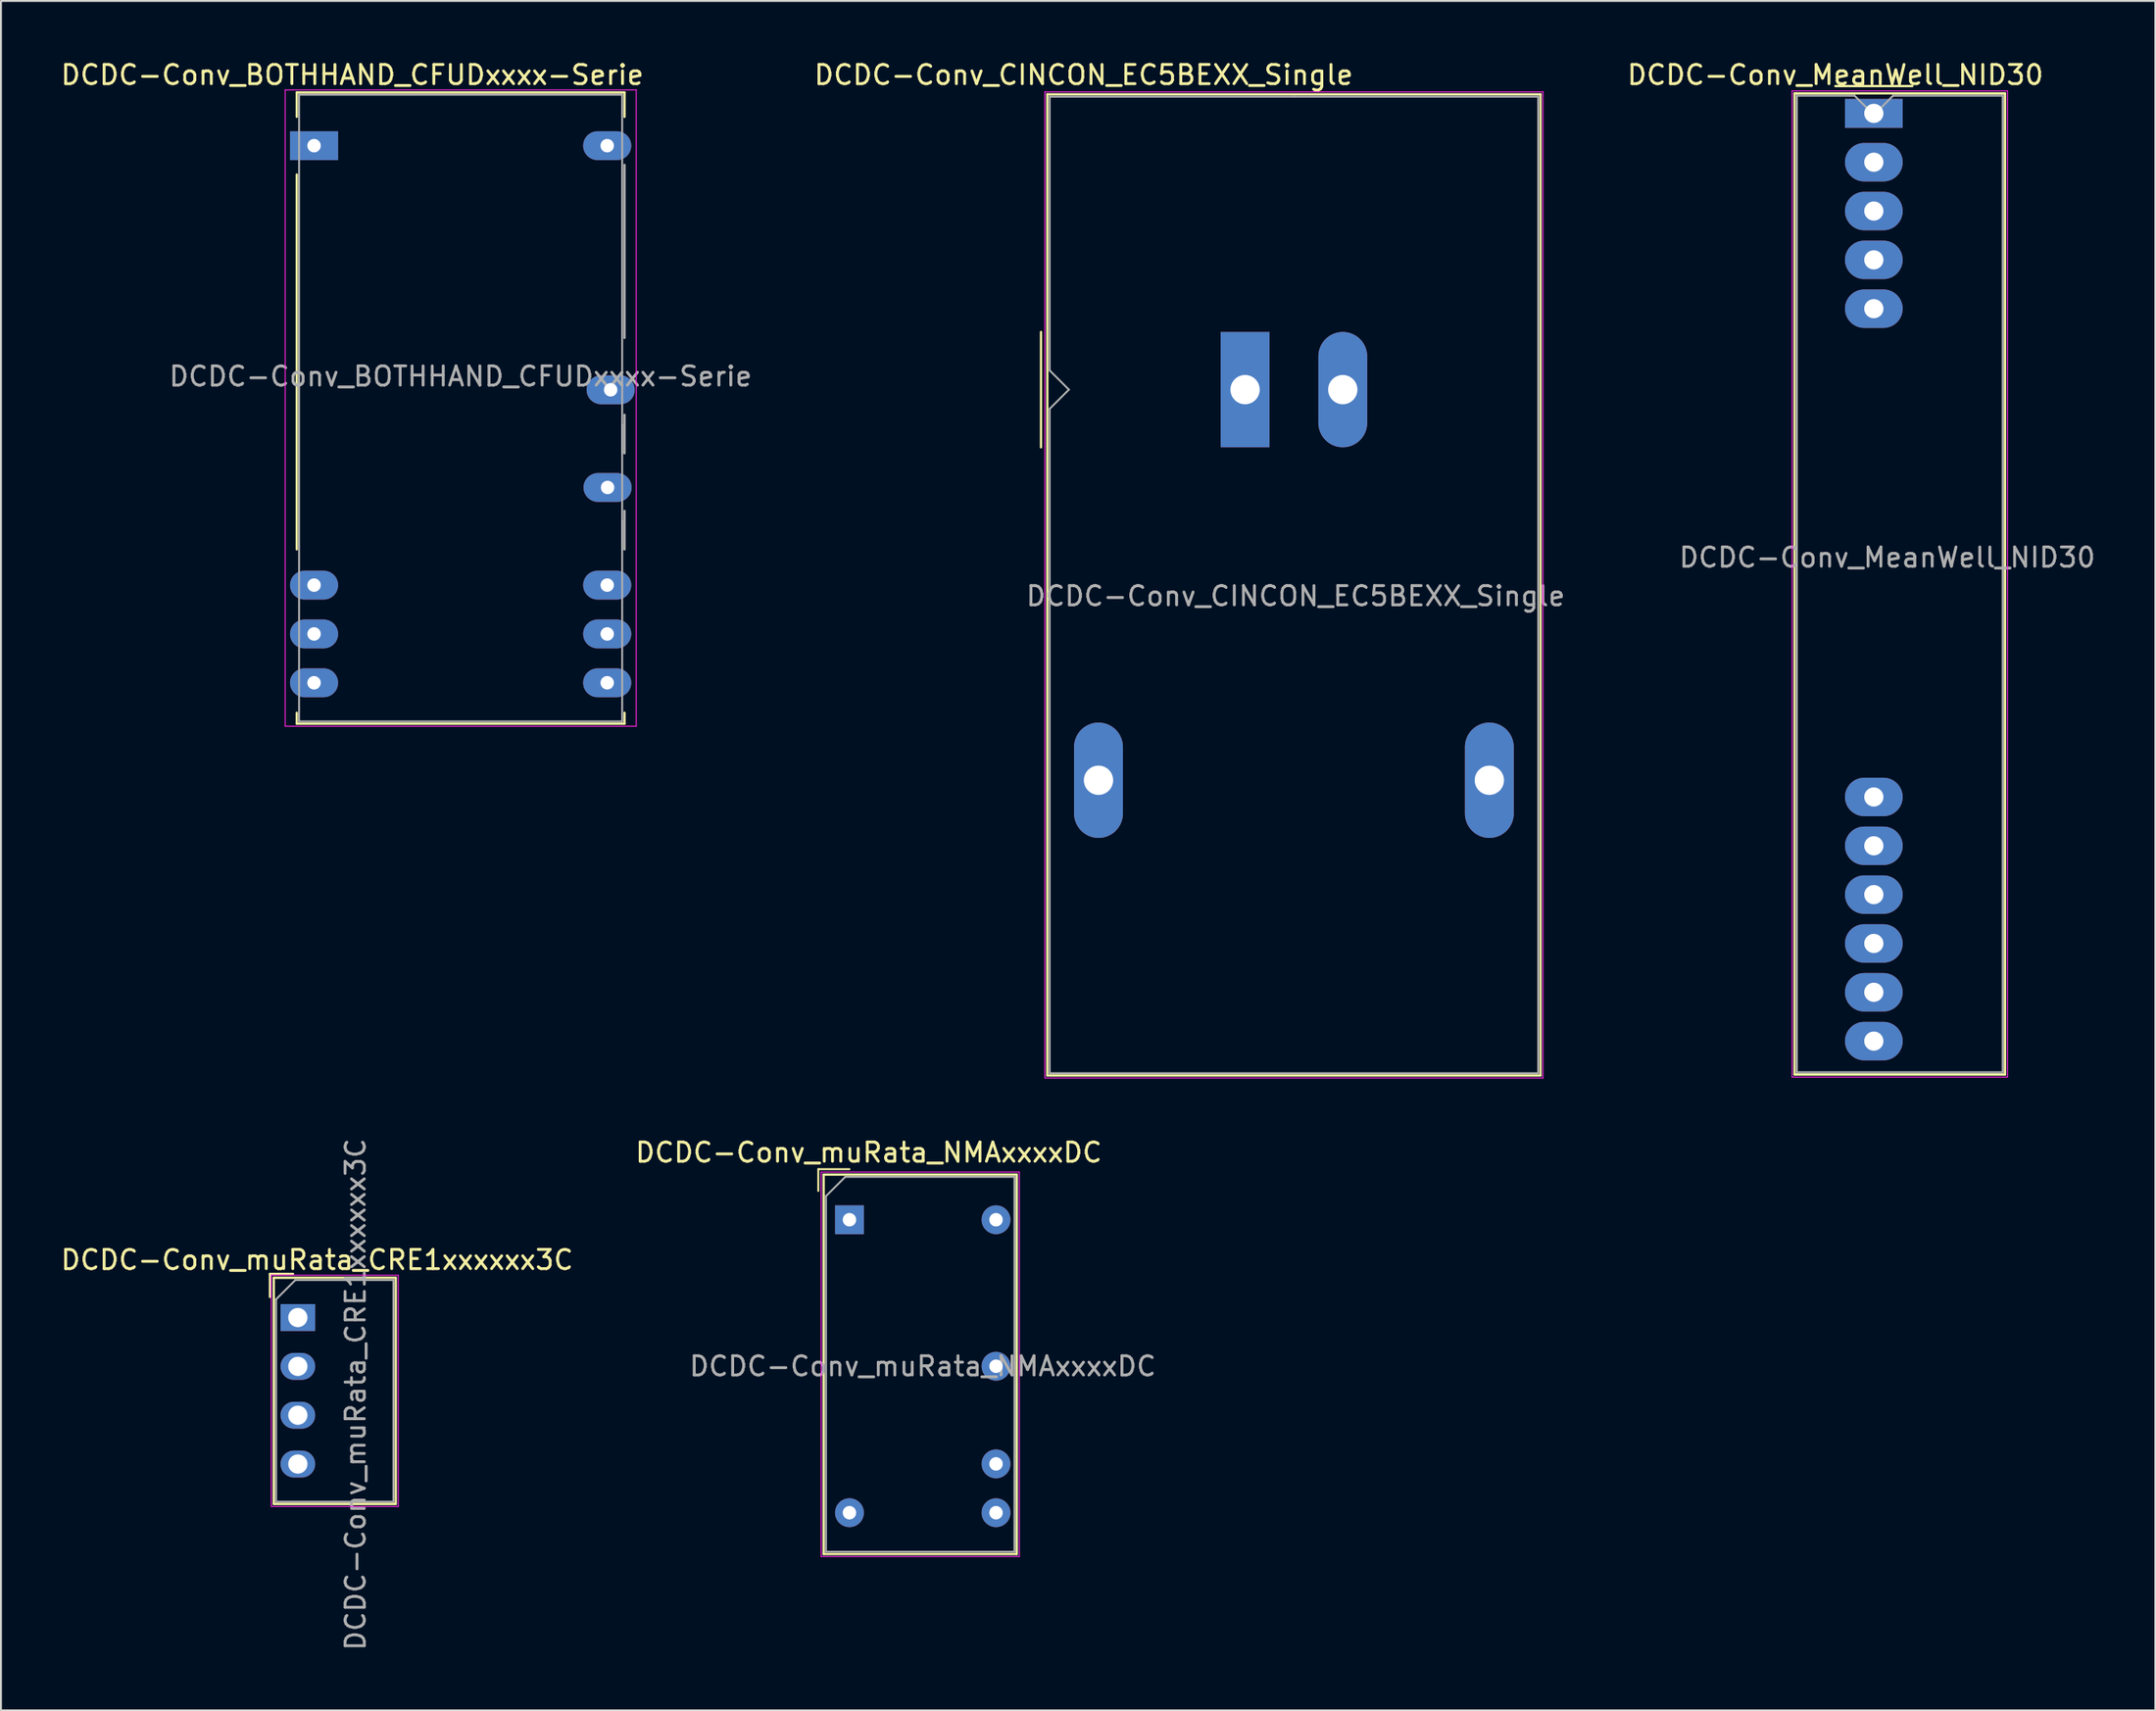
<source format=kicad_pcb>
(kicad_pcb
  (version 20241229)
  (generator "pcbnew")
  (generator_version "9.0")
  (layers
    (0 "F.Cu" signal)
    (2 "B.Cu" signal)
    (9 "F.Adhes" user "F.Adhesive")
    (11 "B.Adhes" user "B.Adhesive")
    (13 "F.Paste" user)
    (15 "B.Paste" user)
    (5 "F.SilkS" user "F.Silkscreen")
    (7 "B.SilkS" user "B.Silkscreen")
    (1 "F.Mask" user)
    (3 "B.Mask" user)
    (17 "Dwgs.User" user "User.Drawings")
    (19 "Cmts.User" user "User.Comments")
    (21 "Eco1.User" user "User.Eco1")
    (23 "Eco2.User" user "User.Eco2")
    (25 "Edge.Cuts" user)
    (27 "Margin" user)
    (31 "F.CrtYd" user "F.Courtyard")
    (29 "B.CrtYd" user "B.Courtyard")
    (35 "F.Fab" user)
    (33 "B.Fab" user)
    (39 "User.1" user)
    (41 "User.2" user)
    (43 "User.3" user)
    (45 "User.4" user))
  (footprint "DCDC-Conv_muRata_CRE1xxxxxx3C"
    (layer "F.Cu")
    (at 12.435 65.488)
    (property "Reference" "DCDC-Conv_muRata_CRE1xxxxxx3C" (at 1 -3 0) (layer "F.SilkS") (effects (font (size 1 1) (thickness 0.15))))
    (attr through_hole)
    (fp_line (start -1.45 -2.27) (end -1.45 -1.07) (stroke (width 0.12) (type solid)) (layer "F.SilkS"))
    (fp_line (start -1.25 -2.07) (end -1.25 9.7) (stroke (width 0.12) (type solid)) (layer "F.SilkS"))
    (fp_line (start -0.25 -2.27) (end -1.45 -2.27) (stroke (width 0.12) (type solid)) (layer "F.SilkS"))
    (fp_line (start 5.09 -2.07) (end -1.25 -2.07) (stroke (width 0.12) (type solid)) (layer "F.SilkS"))
    (fp_line (start 5.09 -2.07) (end 5.09 9.7) (stroke (width 0.12) (type solid)) (layer "F.SilkS"))
    (fp_line (start 5.09 9.7) (end -1.25 9.7) (stroke (width 0.12) (type solid)) (layer "F.SilkS"))
    (fp_line (start -1.38 -2.2) (end -1.38 9.83) (stroke (width 0.05) (type solid)) (layer "F.CrtYd"))
    (fp_line (start 5.22 -2.2) (end -1.38 -2.2) (stroke (width 0.05) (type solid)) (layer "F.CrtYd"))
    (fp_line (start 5.22 -2.2) (end 5.22 9.83) (stroke (width 0.05) (type solid)) (layer "F.CrtYd"))
    (fp_line (start 5.22 9.83) (end -1.38 9.83) (stroke (width 0.05) (type solid)) (layer "F.CrtYd"))
    (fp_line (start -1.13 -0.95) (end -1.13 9.58) (stroke (width 0.1) (type solid)) (layer "F.Fab"))
    (fp_line (start -1.13 9.58) (end 4.97 9.58) (stroke (width 0.1) (type solid)) (layer "F.Fab"))
    (fp_line (start -0.13 -1.95) (end -1.13 -0.95) (stroke (width 0.1) (type solid)) (layer "F.Fab"))
    (fp_line (start -0.13 -1.95) (end 4.97 -1.95) (stroke (width 0.1) (type solid)) (layer "F.Fab"))
    (fp_line (start 4.97 -1.95) (end 4.97 9.58) (stroke (width 0.1) (type solid)) (layer "F.Fab"))
    (fp_text user "${REFERENCE}" (at 3 4 90) (layer "F.Fab") (effects (font (size 1 1) (thickness 0.15))))
    (pad "1" thru_hole rect (at 0 0 270) (size 1.4 1.8) (drill 1) (layers "*.Cu" "*.Mask"))
    (pad "2" thru_hole oval (at 0 2.54 270) (size 1.4 1.8) (drill 1) (layers "*.Cu" "*.Mask"))
    (pad "3" thru_hole oval (at 0 5.08 270) (size 1.4 1.8) (drill 1) (layers "*.Cu" "*.Mask"))
    (pad "4" thru_hole oval (at 0 7.62 270) (size 1.4 1.8) (drill 1) (layers "*.Cu" "*.Mask")))
  (footprint "DCDC-Conv_MeanWell_NID30"
    (layer "F.Cu")
    (at 94.37 2.848)
    (property "Reference" "DCDC-Conv_MeanWell_NID30" (at -2 -2 0) (layer "F.SilkS") (effects (font (size 1 1) (thickness 0.15))))
    (attr through_hole)
    (fp_line (start -4.12 -1.04) (end 6.82 -1.04) (stroke (width 0.12) (type solid)) (layer "F.SilkS"))
    (fp_line (start -4.12 50) (end -4.12 -1.04) (stroke (width 0.12) (type solid)) (layer "F.SilkS"))
    (fp_line (start -2 -1.42) (end 2 -1.42) (stroke (width 0.12) (type solid)) (layer "F.SilkS"))
    (fp_line (start 6.82 -1.04) (end 6.82 50) (stroke (width 0.12) (type solid)) (layer "F.SilkS"))
    (fp_line (start 6.82 50) (end -4.12 50) (stroke (width 0.12) (type solid)) (layer "F.SilkS"))
    (fp_line (start -4.25 -1.17) (end 6.95 -1.17) (stroke (width 0.05) (type solid)) (layer "F.CrtYd"))
    (fp_line (start -4.25 50.13) (end -4.25 -1.17) (stroke (width 0.05) (type solid)) (layer "F.CrtYd"))
    (fp_line (start 6.95 -1.17) (end 6.95 50.13) (stroke (width 0.05) (type solid)) (layer "F.CrtYd"))
    (fp_line (start 6.95 50.13) (end -4.25 50.13) (stroke (width 0.05) (type solid)) (layer "F.CrtYd"))
    (fp_line (start -4 -0.92) (end -1 -0.92) (stroke (width 0.1) (type solid)) (layer "F.Fab"))
    (fp_line (start -4 49.88) (end -4 -0.92) (stroke (width 0.1) (type solid)) (layer "F.Fab"))
    (fp_line (start -1 -0.92) (end 0 0.08) (stroke (width 0.1) (type solid)) (layer "F.Fab"))
    (fp_line (start 0 0.08) (end 1 -0.92) (stroke (width 0.1) (type solid)) (layer "F.Fab"))
    (fp_line (start 1 -0.92) (end 6.7 -0.92) (stroke (width 0.1) (type solid)) (layer "F.Fab"))
    (fp_line (start 6.7 -0.92) (end 6.7 49.88) (stroke (width 0.1) (type solid)) (layer "F.Fab"))
    (fp_line (start 6.7 49.88) (end -4 49.88) (stroke (width 0.1) (type solid)) (layer "F.Fab"))
    (fp_text user "${REFERENCE}" (at 0.7 23.1 0) (layer "F.Fab") (effects (font (size 1 1) (thickness 0.15))))
    (pad "1" thru_hole rect (at 0 0) (size 3 1.5) (drill 1) (layers "*.Cu" "*.Mask"))
    (pad "2" thru_hole oval (at 0 2.54) (size 3 2) (drill 1) (layers "*.Cu" "*.Mask"))
    (pad "3" thru_hole oval (at 0 5.08) (size 3 2) (drill 1) (layers "*.Cu" "*.Mask"))
    (pad "4" thru_hole oval (at 0 7.62) (size 3 2) (drill 1) (layers "*.Cu" "*.Mask"))
    (pad "5" thru_hole oval (at 0 10.16) (size 3 2) (drill 1) (layers "*.Cu" "*.Mask"))
    (pad "6" thru_hole oval (at 0 35.56) (size 3 2) (drill 1) (layers "*.Cu" "*.Mask"))
    (pad "7" thru_hole oval (at 0 38.1) (size 3 2) (drill 1) (layers "*.Cu" "*.Mask"))
    (pad "8" thru_hole oval (at 0 40.64) (size 3 2) (drill 1) (layers "*.Cu" "*.Mask"))
    (pad "9" thru_hole oval (at 0 43.18) (size 3 2) (drill 1) (layers "*.Cu" "*.Mask"))
    (pad "10" thru_hole oval (at 0 45.72) (size 3 2) (drill 1) (layers "*.Cu" "*.Mask"))
    (pad "11" thru_hole oval (at 0 48.26) (size 3 2) (drill 1) (layers "*.Cu" "*.Mask")))
  (footprint "DCDC-Conv_BOTHHAND_CFUDxxxx-Serie"
    (layer "F.Cu")
    (at 13.278 4.528)
    (property "Reference" "DCDC-Conv_BOTHHAND_CFUDxxxx-Serie" (at 1.99 -3.68 0) (layer "F.SilkS") (effects (font (size 1 1) (thickness 0.15))))
    (attr through_hole)
    (fp_line (start -0.9 -2.77) (end 16.14 -2.77) (stroke (width 0.12) (type solid)) (layer "F.SilkS"))
    (fp_line (start -0.9 -1.5) (end -0.9 -2.77) (stroke (width 0.12) (type solid)) (layer "F.SilkS"))
    (fp_line (start -0.9 1.5) (end -0.9 21) (stroke (width 0.12) (type solid)) (layer "F.SilkS"))
    (fp_line (start -0.9 29.5) (end -0.9 30.07) (stroke (width 0.12) (type solid)) (layer "F.SilkS"))
    (fp_line (start -0.9 30.07) (end 16.14 30.07) (stroke (width 0.12) (type solid)) (layer "F.SilkS"))
    (fp_line (start 16.14 -2.77) (end 16.14 -1.5) (stroke (width 0.12) (type solid)) (layer "F.SilkS"))
    (fp_line (start 16.14 30.07) (end 16.14 29.5) (stroke (width 0.12) (type solid)) (layer "F.SilkS"))
    (fp_line (start -1.5 -2.9) (end -1.5 30.2) (stroke (width 0.05) (type solid)) (layer "F.CrtYd"))
    (fp_line (start -1.5 -2.9) (end 16.75 -2.9) (stroke (width 0.05) (type solid)) (layer "F.CrtYd"))
    (fp_line (start -1.5 30.2) (end 16.75 30.2) (stroke (width 0.05) (type solid)) (layer "F.CrtYd"))
    (fp_line (start 16.75 -2.9) (end 16.75 30.2) (stroke (width 0.05) (type solid)) (layer "F.CrtYd"))
    (fp_line (start -0.78 -2.65) (end 16.02 -2.65) (stroke (width 0.1) (type solid)) (layer "F.Fab"))
    (fp_line (start -0.78 29.95) (end -0.78 -2.65) (stroke (width 0.1) (type solid)) (layer "F.Fab"))
    (fp_line (start 16.02 -2.65) (end 16.02 29.95) (stroke (width 0.1) (type solid)) (layer "F.Fab"))
    (fp_line (start 16.02 14.5) (end 16.02 16) (stroke (width 0.1) (type solid)) (layer "F.Fab"))
    (fp_line (start 16.02 19.5) (end 16.02 21) (stroke (width 0.1) (type solid)) (layer "F.Fab"))
    (fp_line (start 16.02 29.95) (end -0.78 29.95) (stroke (width 0.1) (type solid)) (layer "F.Fab"))
    (fp_line (start 16.14 1) (end 16.14 10) (stroke (width 0.12) (type solid)) (layer "F.Fab"))
    (fp_line (start 16.14 14) (end 16.14 16) (stroke (width 0.12) (type solid)) (layer "F.Fab"))
    (fp_line (start 16.14 19) (end 16.14 21) (stroke (width 0.12) (type solid)) (layer "F.Fab"))
    (fp_text user "${REFERENCE}" (at 7.62 12 0) (layer "F.Fab") (effects (font (size 1 1) (thickness 0.15))))
    (pad "1" thru_hole rect (at 0 0) (size 2.5 1.5) (drill 0.7) (layers "*.Cu" "*.Mask"))
    (pad "10" thru_hole oval (at 0 22.86) (size 2.5 1.5) (drill 0.7) (layers "*.Cu" "*.Mask"))
    (pad "11" thru_hole oval (at 0 25.4) (size 2.5 1.5) (drill 0.7) (layers "*.Cu" "*.Mask"))
    (pad "12" thru_hole oval (at 0 27.94) (size 2.5 1.5) (drill 0.7) (layers "*.Cu" "*.Mask"))
    (pad "13" thru_hole oval (at 15.24 27.94) (size 2.5 1.5) (drill 0.7) (layers "*.Cu" "*.Mask"))
    (pad "14" thru_hole oval (at 15.24 25.4) (size 2.5 1.5) (drill 0.7) (layers "*.Cu" "*.Mask"))
    (pad "15" thru_hole oval (at 15.24 22.86) (size 2.5 1.5) (drill 0.7) (layers "*.Cu" "*.Mask"))
    (pad "17" thru_hole oval (at 15.26 17.78) (size 2.5 1.5) (drill 0.7) (layers "*.Cu" "*.Mask"))
    (pad "19" thru_hole oval (at 15.42 12.7) (size 2.5 1.5) (drill 0.7) (layers "*.Cu" "*.Mask"))
    (pad "24" thru_hole oval (at 15.24 0) (size 2.5 1.5) (drill 0.7) (layers "*.Cu" "*.Mask")))
  (footprint "DCDC-Conv_CINCON_EC5BEXX_Single"
    (layer "F.Cu")
    (at 61.681 17.218)
    (property "Reference" "DCDC-Conv_CINCON_EC5BEXX_Single" (at -8.39 -16.37 180) (layer "F.SilkS") (effects (font (size 1 1) (thickness 0.15))))
    (attr through_hole)
    (fp_line (start -10.61 -3) (end -10.61 3) (stroke (width 0.12) (type solid)) (layer "F.SilkS"))
    (fp_line (start -10.28 -15.36) (end 15.36 -15.36) (stroke (width 0.12) (type solid)) (layer "F.SilkS"))
    (fp_line (start -10.28 35.68) (end -10.28 -15.36) (stroke (width 0.12) (type solid)) (layer "F.SilkS"))
    (fp_line (start 15.36 -15.36) (end 15.36 35.68) (stroke (width 0.12) (type solid)) (layer "F.SilkS"))
    (fp_line (start 15.36 35.68) (end -10.28 35.68) (stroke (width 0.12) (type solid)) (layer "F.SilkS"))
    (fp_line (start -10.41 -15.49) (end 15.49 -15.49) (stroke (width 0.05) (type solid)) (layer "F.CrtYd"))
    (fp_line (start -10.41 35.8) (end -10.41 -15.49) (stroke (width 0.05) (type solid)) (layer "F.CrtYd"))
    (fp_line (start -10.41 35.81) (end 15.49 35.81) (stroke (width 0.05) (type solid)) (layer "F.CrtYd"))
    (fp_line (start 15.49 35.81) (end 15.49 -15.49) (stroke (width 0.05) (type solid)) (layer "F.CrtYd"))
    (fp_line (start -10.16 -1) (end -10.16 -15.24) (stroke (width 0.1) (type solid)) (layer "F.Fab"))
    (fp_line (start -10.16 1) (end -10.16 35.56) (stroke (width 0.1) (type solid)) (layer "F.Fab"))
    (fp_line (start -10.16 1) (end -9.16 0) (stroke (width 0.1) (type solid)) (layer "F.Fab"))
    (fp_line (start -10.16 35.56) (end 15.24 35.56) (stroke (width 0.1) (type solid)) (layer "F.Fab"))
    (fp_line (start -9.16 0) (end -10.16 -1) (stroke (width 0.1) (type solid)) (layer "F.Fab"))
    (fp_line (start 2.54 -15.24) (end -10.16 -15.24) (stroke (width 0.1) (type solid)) (layer "F.Fab"))
    (fp_line (start 15.24 -15.24) (end 2.54 -15.24) (stroke (width 0.1) (type solid)) (layer "F.Fab"))
    (fp_line (start 15.24 35.56) (end 15.24 -15.24) (stroke (width 0.1) (type solid)) (layer "F.Fab"))
    (fp_text user "${REFERENCE}" (at 2.63 10.74 0) (layer "F.Fab") (effects (font (size 1 1) (thickness 0.15))))
    (pad "1" thru_hole rect (at 0 0 90) (size 5.994 2.54) (drill 1.524) (layers "*.Cu" "*.Mask"))
    (pad "2" thru_hole oval (at 5.08 0 90) (size 6 2.54) (drill 1.524) (layers "*.Cu" "*.Mask"))
    (pad "3" thru_hole oval (at -7.62 20.32 90) (size 6 2.54) (drill 1.524) (layers "*.Cu" "*.Mask"))
    (pad "5" thru_hole oval (at 12.7 20.32 90) (size 6 2.54) (drill 1.524) (layers "*.Cu" "*.Mask")))
  (footprint "DCDC-Conv_muRata_NMAxxxxDC"
    (layer "F.Cu")
    (at 41.113 60.401)
    (property "Reference" "DCDC-Conv_muRata_NMAxxxxDC" (at 1 -3.5 0) (layer "F.SilkS") (effects (font (size 1 1) (thickness 0.15))))
    (attr through_hole)
    (fp_line (start -1.62 -2.63) (end -1.62 -1.5) (stroke (width 0.1) (type solid)) (layer "F.SilkS"))
    (fp_line (start -1.34 -2.35) (end -1.34 17.39) (stroke (width 0.12) (type solid)) (layer "F.SilkS"))
    (fp_line (start -1.34 -2.35) (end 8.7 -2.35) (stroke (width 0.12) (type solid)) (layer "F.SilkS"))
    (fp_line (start -1.34 17.39) (end 8.7 17.39) (stroke (width 0.12) (type solid)) (layer "F.SilkS"))
    (fp_line (start 0 -2.63) (end -1.62 -2.63) (stroke (width 0.1) (type solid)) (layer "F.SilkS"))
    (fp_line (start 8.7 17.39) (end 8.7 -2.35) (stroke (width 0.12) (type solid)) (layer "F.SilkS"))
    (fp_line (start -1.47 -2.48) (end -1.47 17.52) (stroke (width 0.05) (type solid)) (layer "F.CrtYd"))
    (fp_line (start -1.47 17.52) (end 8.83 17.52) (stroke (width 0.05) (type solid)) (layer "F.CrtYd"))
    (fp_line (start 8.83 -2.48) (end -1.47 -2.48) (stroke (width 0.05) (type solid)) (layer "F.CrtYd"))
    (fp_line (start 8.83 17.52) (end 8.83 -2.48) (stroke (width 0.05) (type solid)) (layer "F.CrtYd"))
    (fp_line (start -1.22 17.27) (end -1.22 -1.23) (stroke (width 0.1) (type solid)) (layer "F.Fab"))
    (fp_line (start -0.22 -2.23) (end -1.22 -1.23) (stroke (width 0.1) (type solid)) (layer "F.Fab"))
    (fp_line (start -0.22 -2.23) (end 8.58 -2.23) (stroke (width 0.1) (type solid)) (layer "F.Fab"))
    (fp_line (start 8.58 -2.23) (end 8.58 17.27) (stroke (width 0.1) (type solid)) (layer "F.Fab"))
    (fp_line (start 8.58 17.27) (end -1.22 17.27) (stroke (width 0.1) (type solid)) (layer "F.Fab"))
    (fp_text user "${REFERENCE}" (at 3.81 7.62 0) (layer "F.Fab") (effects (font (size 1 1) (thickness 0.15))))
    (pad "1" thru_hole rect (at 0 0) (size 1.5 1.5) (drill 0.7) (layers "*.Cu" "*.Mask"))
    (pad "7" thru_hole oval (at 0 15.24) (size 1.5 1.5) (drill 0.7) (layers "*.Cu" "*.Mask"))
    (pad "8" thru_hole oval (at 7.62 15.24) (size 1.5 1.5) (drill 0.7) (layers "*.Cu" "*.Mask"))
    (pad "9" thru_hole oval (at 7.62 12.7) (size 1.5 1.5) (drill 0.7) (layers "*.Cu" "*.Mask"))
    (pad "11" thru_hole oval (at 7.62 7.62) (size 1.5 1.5) (drill 0.7) (layers "*.Cu" "*.Mask"))
    (pad "14" thru_hole oval (at 7.62 0) (size 1.5 1.5) (drill 0.7) (layers "*.Cu" "*.Mask")))
  (gr_rect
    (start -3 -3)
    (end 109.005 85.922)
    (stroke (width 0.1) (type default))
    (fill no)
    (layer "Edge.Cuts")))
</source>
